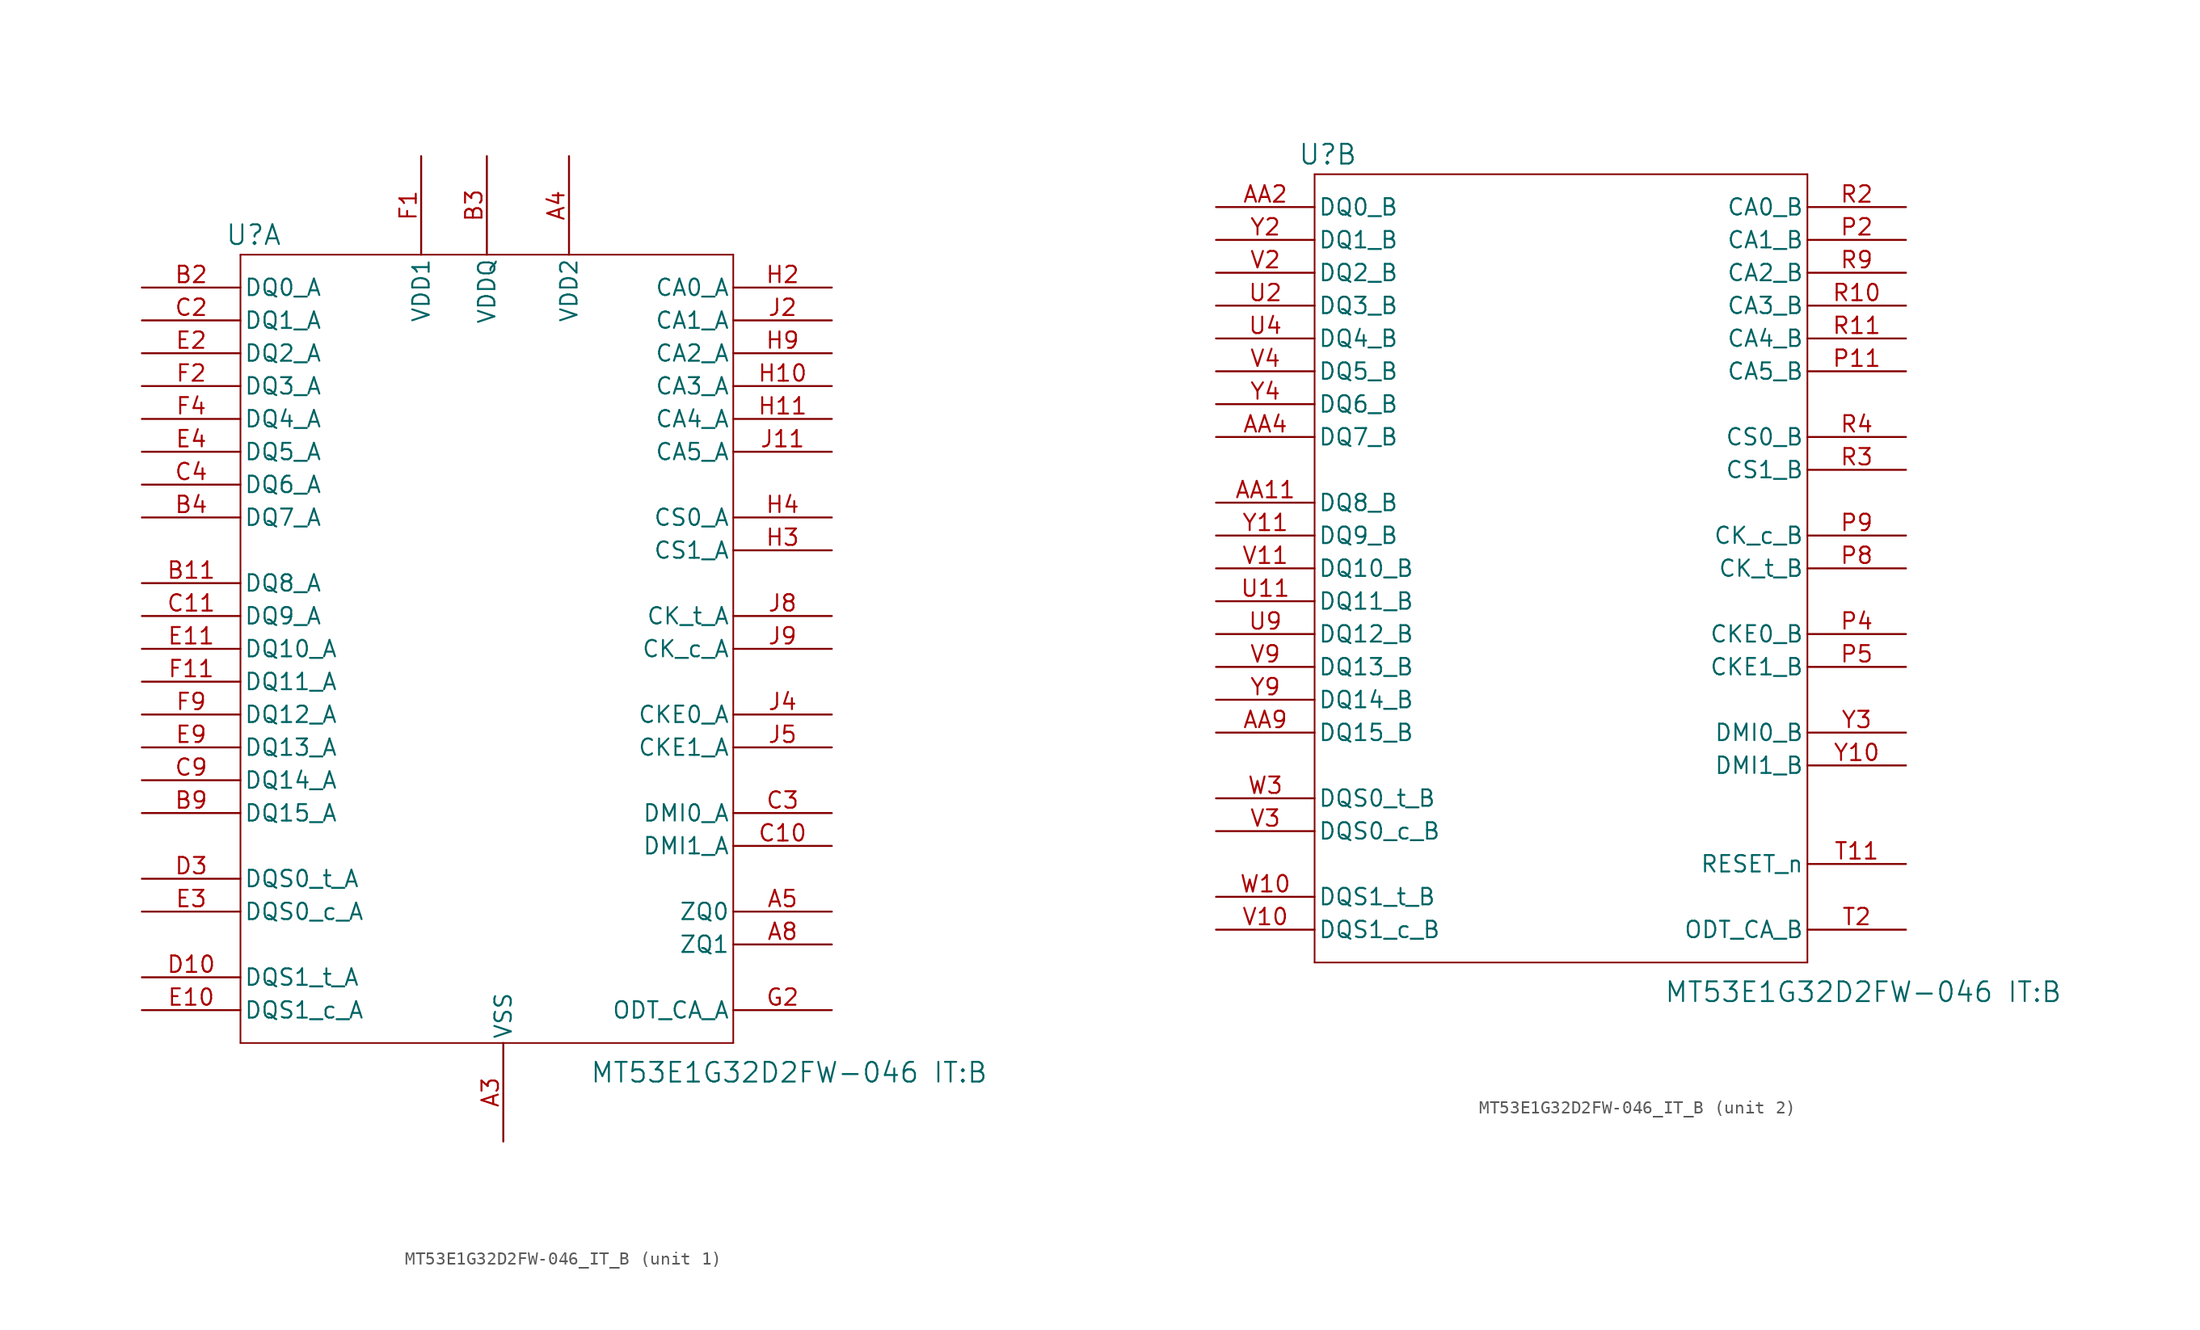
<source format=kicad_sym>
(kicad_symbol_lib
  (version 20241209)
  (generator "kicad_symbol_editor")
  (generator_version "9.0")
  (symbol "MT53E1G32D2FW-046_IT_B"
    (pin_names
      (offset 0.254))
    (property "Reference" "U"
      (at 8.636 9.144 0)
      (effects (font (size 1.524 1.524))))
    (property "Value" "MT53E1G32D2FW-046 IT:B"
      (at 50.038 -55.626 0)
      (effects (font (size 1.524 1.524))))
    (property "ki_locked" ""
      (at 0 0 0)
      (effects (font (size 1.27 1.27))))
    (symbol "MT53E1G32D2FW-046_IT_B_1_1"
      (polyline (pts (xy 7.62 7.62) (xy 7.62 -53.34)) (stroke (width 0.127) (type default)) (fill (type none)))
      (polyline (pts (xy 7.62 -53.34) (xy 45.72 -53.34)) (stroke (width 0.127) (type default)) (fill (type none)))
      (polyline (pts (xy 45.72 7.62) (xy 7.62 7.62)) (stroke (width 0.127) (type default)) (fill (type none)))
      (polyline (pts (xy 45.72 -53.34) (xy 45.72 7.62)) (stroke (width 0.127) (type default)) (fill (type none)))
      (pin bidirectional line (at 0 5.08 0) (length 7.62) (name "DQ0_A" (effects (font (size 1.27 1.27)))) (number "B2" (effects (font (size 1.27 1.27)))))
      (pin bidirectional line (at 0 2.54 0) (length 7.62) (name "DQ1_A" (effects (font (size 1.27 1.27)))) (number "C2" (effects (font (size 1.27 1.27)))))
      (pin bidirectional line (at 0 0 0) (length 7.62) (name "DQ2_A" (effects (font (size 1.27 1.27)))) (number "E2" (effects (font (size 1.27 1.27)))))
      (pin bidirectional line (at 0 -2.54 0) (length 7.62) (name "DQ3_A" (effects (font (size 1.27 1.27)))) (number "F2" (effects (font (size 1.27 1.27)))))
      (pin bidirectional line (at 0 -5.08 0) (length 7.62) (name "DQ4_A" (effects (font (size 1.27 1.27)))) (number "F4" (effects (font (size 1.27 1.27)))))
      (pin bidirectional line (at 0 -7.62 0) (length 7.62) (name "DQ5_A" (effects (font (size 1.27 1.27)))) (number "E4" (effects (font (size 1.27 1.27)))))
      (pin bidirectional line (at 0 -10.16 0) (length 7.62) (name "DQ6_A" (effects (font (size 1.27 1.27)))) (number "C4" (effects (font (size 1.27 1.27)))))
      (pin bidirectional line (at 0 -12.7 0) (length 7.62) (name "DQ7_A" (effects (font (size 1.27 1.27)))) (number "B4" (effects (font (size 1.27 1.27)))))
      (pin bidirectional line (at 0 -17.78 0) (length 7.62) (name "DQ8_A" (effects (font (size 1.27 1.27)))) (number "B11" (effects (font (size 1.27 1.27)))))
      (pin bidirectional line (at 0 -20.32 0) (length 7.62) (name "DQ9_A" (effects (font (size 1.27 1.27)))) (number "C11" (effects (font (size 1.27 1.27)))))
      (pin bidirectional line (at 0 -22.86 0) (length 7.62) (name "DQ10_A" (effects (font (size 1.27 1.27)))) (number "E11" (effects (font (size 1.27 1.27)))))
      (pin bidirectional line (at 0 -25.4 0) (length 7.62) (name "DQ11_A" (effects (font (size 1.27 1.27)))) (number "F11" (effects (font (size 1.27 1.27)))))
      (pin bidirectional line (at 0 -27.94 0) (length 7.62) (name "DQ12_A" (effects (font (size 1.27 1.27)))) (number "F9" (effects (font (size 1.27 1.27)))))
      (pin bidirectional line (at 0 -30.48 0) (length 7.62) (name "DQ13_A" (effects (font (size 1.27 1.27)))) (number "E9" (effects (font (size 1.27 1.27)))))
      (pin bidirectional line (at 0 -33.02 0) (length 7.62) (name "DQ14_A" (effects (font (size 1.27 1.27)))) (number "C9" (effects (font (size 1.27 1.27)))))
      (pin bidirectional line (at 0 -35.56 0) (length 7.62) (name "DQ15_A" (effects (font (size 1.27 1.27)))) (number "B9" (effects (font (size 1.27 1.27)))))
      (pin bidirectional line (at 0 -40.64 0) (length 7.62) (name "DQS0_t_A" (effects (font (size 1.27 1.27)))) (number "D3" (effects (font (size 1.27 1.27)))))
      (pin bidirectional line (at 0 -43.18 0) (length 7.62) (name "DQS0_c_A" (effects (font (size 1.27 1.27)))) (number "E3" (effects (font (size 1.27 1.27)))))
      (pin bidirectional line (at 0 -48.26 0) (length 7.62) (name "DQS1_t_A" (effects (font (size 1.27 1.27)))) (number "D10" (effects (font (size 1.27 1.27)))))
      (pin bidirectional line (at 0 -50.8 0) (length 7.62) (name "DQS1_c_A" (effects (font (size 1.27 1.27)))) (number "E10" (effects (font (size 1.27 1.27)))))
      (pin power_in line (at 21.59 15.24 270) (length 7.62) (name "VDD1" (effects (font (size 1.27 1.27)))) (number "F1" (effects (font (size 1.27 1.27)))))
      (pin power_in line (at 21.59 15.24 270) (length 7.62) (hide yes) (name "VDD1" (effects (font (size 1.27 1.27)))) (number "F12" (effects (font (size 1.27 1.27)))))
      (pin power_in line (at 21.59 15.24 270) (length 7.62) (hide yes) (name "VDD1" (effects (font (size 1.27 1.27)))) (number "G4" (effects (font (size 1.27 1.27)))))
      (pin power_in line (at 21.59 15.24 270) (length 7.62) (hide yes) (name "VDD1" (effects (font (size 1.27 1.27)))) (number "G9" (effects (font (size 1.27 1.27)))))
      (pin power_in line (at 21.59 15.24 270) (length 7.62) (hide yes) (name "VDD1" (effects (font (size 1.27 1.27)))) (number "T4" (effects (font (size 1.27 1.27)))))
      (pin power_in line (at 21.59 15.24 270) (length 7.62) (hide yes) (name "VDD1" (effects (font (size 1.27 1.27)))) (number "T9" (effects (font (size 1.27 1.27)))))
      (pin power_in line (at 21.59 15.24 270) (length 7.62) (hide yes) (name "VDD1" (effects (font (size 1.27 1.27)))) (number "U1" (effects (font (size 1.27 1.27)))))
      (pin power_in line (at 21.59 15.24 270) (length 7.62) (hide yes) (name "VDD1" (effects (font (size 1.27 1.27)))) (number "U12" (effects (font (size 1.27 1.27)))))
      (pin power_in line (at 26.67 15.24 270) (length 7.62) (hide yes) (name "VDDQ" (effects (font (size 1.27 1.27)))) (number "AA10" (effects (font (size 1.27 1.27)))))
      (pin power_in line (at 26.67 15.24 270) (length 7.62) (hide yes) (name "VDDQ" (effects (font (size 1.27 1.27)))) (number "AA3" (effects (font (size 1.27 1.27)))))
      (pin power_in line (at 26.67 15.24 270) (length 7.62) (hide yes) (name "VDDQ" (effects (font (size 1.27 1.27)))) (number "AA5" (effects (font (size 1.27 1.27)))))
      (pin power_in line (at 26.67 15.24 270) (length 7.62) (hide yes) (name "VDDQ" (effects (font (size 1.27 1.27)))) (number "AA8" (effects (font (size 1.27 1.27)))))
      (pin power_in line (at 26.67 15.24 270) (length 7.62) (hide yes) (name "VDDQ" (effects (font (size 1.27 1.27)))) (number "B10" (effects (font (size 1.27 1.27)))))
      (pin power_in line (at 26.67 15.24 270) (length 7.62) (name "VDDQ" (effects (font (size 1.27 1.27)))) (number "B3" (effects (font (size 1.27 1.27)))))
      (pin power_in line (at 26.67 15.24 270) (length 7.62) (hide yes) (name "VDDQ" (effects (font (size 1.27 1.27)))) (number "B5" (effects (font (size 1.27 1.27)))))
      (pin power_in line (at 26.67 15.24 270) (length 7.62) (hide yes) (name "VDDQ" (effects (font (size 1.27 1.27)))) (number "B8" (effects (font (size 1.27 1.27)))))
      (pin power_in line (at 26.67 15.24 270) (length 7.62) (hide yes) (name "VDDQ" (effects (font (size 1.27 1.27)))) (number "D1" (effects (font (size 1.27 1.27)))))
      (pin power_in line (at 26.67 15.24 270) (length 7.62) (hide yes) (name "VDDQ" (effects (font (size 1.27 1.27)))) (number "D12" (effects (font (size 1.27 1.27)))))
      (pin power_in line (at 26.67 15.24 270) (length 7.62) (hide yes) (name "VDDQ" (effects (font (size 1.27 1.27)))) (number "D5" (effects (font (size 1.27 1.27)))))
      (pin power_in line (at 26.67 15.24 270) (length 7.62) (hide yes) (name "VDDQ" (effects (font (size 1.27 1.27)))) (number "D8" (effects (font (size 1.27 1.27)))))
      (pin power_in line (at 26.67 15.24 270) (length 7.62) (hide yes) (name "VDDQ" (effects (font (size 1.27 1.27)))) (number "F10" (effects (font (size 1.27 1.27)))))
      (pin power_in line (at 26.67 15.24 270) (length 7.62) (hide yes) (name "VDDQ" (effects (font (size 1.27 1.27)))) (number "F3" (effects (font (size 1.27 1.27)))))
      (pin power_in line (at 26.67 15.24 270) (length 7.62) (hide yes) (name "VDDQ" (effects (font (size 1.27 1.27)))) (number "U10" (effects (font (size 1.27 1.27)))))
      (pin power_in line (at 26.67 15.24 270) (length 7.62) (hide yes) (name "VDDQ" (effects (font (size 1.27 1.27)))) (number "U3" (effects (font (size 1.27 1.27)))))
      (pin power_in line (at 26.67 15.24 270) (length 7.62) (hide yes) (name "VDDQ" (effects (font (size 1.27 1.27)))) (number "W1" (effects (font (size 1.27 1.27)))))
      (pin power_in line (at 26.67 15.24 270) (length 7.62) (hide yes) (name "VDDQ" (effects (font (size 1.27 1.27)))) (number "W12" (effects (font (size 1.27 1.27)))))
      (pin power_in line (at 26.67 15.24 270) (length 7.62) (hide yes) (name "VDDQ" (effects (font (size 1.27 1.27)))) (number "W5" (effects (font (size 1.27 1.27)))))
      (pin power_in line (at 26.67 15.24 270) (length 7.62) (hide yes) (name "VDDQ" (effects (font (size 1.27 1.27)))) (number "W8" (effects (font (size 1.27 1.27)))))
      (pin power_out line (at 27.94 -60.96 90) (length 7.62) (hide yes) (name "VSS" (effects (font (size 1.27 1.27)))) (number "A10" (effects (font (size 1.27 1.27)))))
      (pin power_out line (at 27.94 -60.96 90) (length 7.62) (name "VSS" (effects (font (size 1.27 1.27)))) (number "A3" (effects (font (size 1.27 1.27)))))
      (pin power_out line (at 27.94 -60.96 90) (length 7.62) (hide yes) (name "VSS" (effects (font (size 1.27 1.27)))) (number "AB10" (effects (font (size 1.27 1.27)))))
      (pin power_out line (at 27.94 -60.96 90) (length 7.62) (hide yes) (name "VSS" (effects (font (size 1.27 1.27)))) (number "AB3" (effects (font (size 1.27 1.27)))))
      (pin power_out line (at 27.94 -60.96 90) (length 7.62) (hide yes) (name "VSS" (effects (font (size 1.27 1.27)))) (number "AB5" (effects (font (size 1.27 1.27)))))
      (pin power_out line (at 27.94 -60.96 90) (length 7.62) (hide yes) (name "VSS" (effects (font (size 1.27 1.27)))) (number "AB8" (effects (font (size 1.27 1.27)))))
      (pin power_out line (at 27.94 -60.96 90) (length 7.62) (hide yes) (name "VSS" (effects (font (size 1.27 1.27)))) (number "C1" (effects (font (size 1.27 1.27)))))
      (pin power_out line (at 27.94 -60.96 90) (length 7.62) (hide yes) (name "VSS" (effects (font (size 1.27 1.27)))) (number "C12" (effects (font (size 1.27 1.27)))))
      (pin power_out line (at 27.94 -60.96 90) (length 7.62) (hide yes) (name "VSS" (effects (font (size 1.27 1.27)))) (number "C5" (effects (font (size 1.27 1.27)))))
      (pin power_out line (at 27.94 -60.96 90) (length 7.62) (hide yes) (name "VSS" (effects (font (size 1.27 1.27)))) (number "C8" (effects (font (size 1.27 1.27)))))
      (pin power_out line (at 27.94 -60.96 90) (length 7.62) (hide yes) (name "VSS" (effects (font (size 1.27 1.27)))) (number "D11" (effects (font (size 1.27 1.27)))))
      (pin power_out line (at 27.94 -60.96 90) (length 7.62) (hide yes) (name "VSS" (effects (font (size 1.27 1.27)))) (number "D2" (effects (font (size 1.27 1.27)))))
      (pin power_out line (at 27.94 -60.96 90) (length 7.62) (hide yes) (name "VSS" (effects (font (size 1.27 1.27)))) (number "D4" (effects (font (size 1.27 1.27)))))
      (pin power_out line (at 27.94 -60.96 90) (length 7.62) (hide yes) (name "VSS" (effects (font (size 1.27 1.27)))) (number "D9" (effects (font (size 1.27 1.27)))))
      (pin power_out line (at 27.94 -60.96 90) (length 7.62) (hide yes) (name "VSS" (effects (font (size 1.27 1.27)))) (number "E1" (effects (font (size 1.27 1.27)))))
      (pin power_out line (at 27.94 -60.96 90) (length 7.62) (hide yes) (name "VSS" (effects (font (size 1.27 1.27)))) (number "E12" (effects (font (size 1.27 1.27)))))
      (pin power_out line (at 27.94 -60.96 90) (length 7.62) (hide yes) (name "VSS" (effects (font (size 1.27 1.27)))) (number "E5" (effects (font (size 1.27 1.27)))))
      (pin power_out line (at 27.94 -60.96 90) (length 7.62) (hide yes) (name "VSS" (effects (font (size 1.27 1.27)))) (number "E8" (effects (font (size 1.27 1.27)))))
      (pin power_out line (at 27.94 -60.96 90) (length 7.62) (hide yes) (name "VSS" (effects (font (size 1.27 1.27)))) (number "G1" (effects (font (size 1.27 1.27)))))
      (pin power_out line (at 27.94 -60.96 90) (length 7.62) (hide yes) (name "VSS" (effects (font (size 1.27 1.27)))) (number "G10" (effects (font (size 1.27 1.27)))))
      (pin power_out line (at 27.94 -60.96 90) (length 7.62) (hide yes) (name "VSS" (effects (font (size 1.27 1.27)))) (number "G12" (effects (font (size 1.27 1.27)))))
      (pin power_out line (at 27.94 -60.96 90) (length 7.62) (hide yes) (name "VSS" (effects (font (size 1.27 1.27)))) (number "G3" (effects (font (size 1.27 1.27)))))
      (pin power_out line (at 27.94 -60.96 90) (length 7.62) (hide yes) (name "VSS" (effects (font (size 1.27 1.27)))) (number "G5" (effects (font (size 1.27 1.27)))))
      (pin power_out line (at 27.94 -60.96 90) (length 7.62) (hide yes) (name "VSS" (effects (font (size 1.27 1.27)))) (number "G8" (effects (font (size 1.27 1.27)))))
      (pin power_out line (at 27.94 -60.96 90) (length 7.62) (hide yes) (name "VSS" (effects (font (size 1.27 1.27)))) (number "J1" (effects (font (size 1.27 1.27)))))
      (pin power_out line (at 27.94 -60.96 90) (length 7.62) (hide yes) (name "VSS" (effects (font (size 1.27 1.27)))) (number "J10" (effects (font (size 1.27 1.27)))))
      (pin power_out line (at 27.94 -60.96 90) (length 7.62) (hide yes) (name "VSS" (effects (font (size 1.27 1.27)))) (number "J12" (effects (font (size 1.27 1.27)))))
      (pin power_out line (at 27.94 -60.96 90) (length 7.62) (hide yes) (name "VSS" (effects (font (size 1.27 1.27)))) (number "J3" (effects (font (size 1.27 1.27)))))
      (pin power_out line (at 27.94 -60.96 90) (length 7.62) (hide yes) (name "VSS" (effects (font (size 1.27 1.27)))) (number "K11" (effects (font (size 1.27 1.27)))))
      (pin power_out line (at 27.94 -60.96 90) (length 7.62) (hide yes) (name "VSS" (effects (font (size 1.27 1.27)))) (number "K2" (effects (font (size 1.27 1.27)))))
      (pin power_out line (at 27.94 -60.96 90) (length 7.62) (hide yes) (name "VSS" (effects (font (size 1.27 1.27)))) (number "K4" (effects (font (size 1.27 1.27)))))
      (pin power_out line (at 27.94 -60.96 90) (length 7.62) (hide yes) (name "VSS" (effects (font (size 1.27 1.27)))) (number "K9" (effects (font (size 1.27 1.27)))))
      (pin power_out line (at 27.94 -60.96 90) (length 7.62) (hide yes) (name "VSS" (effects (font (size 1.27 1.27)))) (number "N11" (effects (font (size 1.27 1.27)))))
      (pin power_out line (at 27.94 -60.96 90) (length 7.62) (hide yes) (name "VSS" (effects (font (size 1.27 1.27)))) (number "N2" (effects (font (size 1.27 1.27)))))
      (pin power_out line (at 27.94 -60.96 90) (length 7.62) (hide yes) (name "VSS" (effects (font (size 1.27 1.27)))) (number "N4" (effects (font (size 1.27 1.27)))))
      (pin power_out line (at 27.94 -60.96 90) (length 7.62) (hide yes) (name "VSS" (effects (font (size 1.27 1.27)))) (number "N9" (effects (font (size 1.27 1.27)))))
      (pin power_out line (at 27.94 -60.96 90) (length 7.62) (hide yes) (name "VSS" (effects (font (size 1.27 1.27)))) (number "P1" (effects (font (size 1.27 1.27)))))
      (pin power_out line (at 27.94 -60.96 90) (length 7.62) (hide yes) (name "VSS" (effects (font (size 1.27 1.27)))) (number "P10" (effects (font (size 1.27 1.27)))))
      (pin power_out line (at 27.94 -60.96 90) (length 7.62) (hide yes) (name "VSS" (effects (font (size 1.27 1.27)))) (number "P12" (effects (font (size 1.27 1.27)))))
      (pin power_out line (at 27.94 -60.96 90) (length 7.62) (hide yes) (name "VSS" (effects (font (size 1.27 1.27)))) (number "P3" (effects (font (size 1.27 1.27)))))
      (pin power_out line (at 27.94 -60.96 90) (length 7.62) (hide yes) (name "VSS" (effects (font (size 1.27 1.27)))) (number "T1" (effects (font (size 1.27 1.27)))))
      (pin power_out line (at 27.94 -60.96 90) (length 7.62) (hide yes) (name "VSS" (effects (font (size 1.27 1.27)))) (number "T10" (effects (font (size 1.27 1.27)))))
      (pin power_out line (at 27.94 -60.96 90) (length 7.62) (hide yes) (name "VSS" (effects (font (size 1.27 1.27)))) (number "T12" (effects (font (size 1.27 1.27)))))
      (pin power_out line (at 27.94 -60.96 90) (length 7.62) (hide yes) (name "VSS" (effects (font (size 1.27 1.27)))) (number "T3" (effects (font (size 1.27 1.27)))))
      (pin power_out line (at 27.94 -60.96 90) (length 7.62) (hide yes) (name "VSS" (effects (font (size 1.27 1.27)))) (number "T5" (effects (font (size 1.27 1.27)))))
      (pin power_out line (at 27.94 -60.96 90) (length 7.62) (hide yes) (name "VSS" (effects (font (size 1.27 1.27)))) (number "T8" (effects (font (size 1.27 1.27)))))
      (pin power_out line (at 27.94 -60.96 90) (length 7.62) (hide yes) (name "VSS" (effects (font (size 1.27 1.27)))) (number "V1" (effects (font (size 1.27 1.27)))))
      (pin power_out line (at 27.94 -60.96 90) (length 7.62) (hide yes) (name "VSS" (effects (font (size 1.27 1.27)))) (number "V12" (effects (font (size 1.27 1.27)))))
      (pin power_out line (at 27.94 -60.96 90) (length 7.62) (hide yes) (name "VSS" (effects (font (size 1.27 1.27)))) (number "V5" (effects (font (size 1.27 1.27)))))
      (pin power_out line (at 27.94 -60.96 90) (length 7.62) (hide yes) (name "VSS" (effects (font (size 1.27 1.27)))) (number "V8" (effects (font (size 1.27 1.27)))))
      (pin power_out line (at 27.94 -60.96 90) (length 7.62) (hide yes) (name "VSS" (effects (font (size 1.27 1.27)))) (number "W11" (effects (font (size 1.27 1.27)))))
      (pin power_out line (at 27.94 -60.96 90) (length 7.62) (hide yes) (name "VSS" (effects (font (size 1.27 1.27)))) (number "W2" (effects (font (size 1.27 1.27)))))
      (pin power_out line (at 27.94 -60.96 90) (length 7.62) (hide yes) (name "VSS" (effects (font (size 1.27 1.27)))) (number "W4" (effects (font (size 1.27 1.27)))))
      (pin power_out line (at 27.94 -60.96 90) (length 7.62) (hide yes) (name "VSS" (effects (font (size 1.27 1.27)))) (number "W9" (effects (font (size 1.27 1.27)))))
      (pin power_out line (at 27.94 -60.96 90) (length 7.62) (hide yes) (name "VSS" (effects (font (size 1.27 1.27)))) (number "Y1" (effects (font (size 1.27 1.27)))))
      (pin power_out line (at 27.94 -60.96 90) (length 7.62) (hide yes) (name "VSS" (effects (font (size 1.27 1.27)))) (number "Y12" (effects (font (size 1.27 1.27)))))
      (pin power_out line (at 27.94 -60.96 90) (length 7.62) (hide yes) (name "VSS" (effects (font (size 1.27 1.27)))) (number "Y5" (effects (font (size 1.27 1.27)))))
      (pin power_out line (at 27.94 -60.96 90) (length 7.62) (hide yes) (name "VSS" (effects (font (size 1.27 1.27)))) (number "Y8" (effects (font (size 1.27 1.27)))))
      (pin no_connect line (at 30.48 -60.96 90) (length 7.62) (hide yes) (name "NC" (effects (font (size 1.27 1.27)))) (number "G11" (effects (font (size 1.27 1.27)))))
      (pin no_connect line (at 30.48 -60.96 90) (length 7.62) (hide yes) (name "NC" (effects (font (size 1.27 1.27)))) (number "K5" (effects (font (size 1.27 1.27)))))
      (pin no_connect line (at 30.48 -60.96 90) (length 7.62) (hide yes) (name "NC" (effects (font (size 1.27 1.27)))) (number "K8" (effects (font (size 1.27 1.27)))))
      (pin no_connect line (at 30.48 -60.96 90) (length 7.62) (hide yes) (name "NC" (effects (font (size 1.27 1.27)))) (number "N5" (effects (font (size 1.27 1.27)))))
      (pin no_connect line (at 30.48 -60.96 90) (length 7.62) (hide yes) (name "NC" (effects (font (size 1.27 1.27)))) (number "N8" (effects (font (size 1.27 1.27)))))
      (pin power_in line (at 33.02 15.24 270) (length 7.62) (name "VDD2" (effects (font (size 1.27 1.27)))) (number "A4" (effects (font (size 1.27 1.27)))))
      (pin power_in line (at 33.02 15.24 270) (length 7.62) (hide yes) (name "VDD2" (effects (font (size 1.27 1.27)))) (number "A9" (effects (font (size 1.27 1.27)))))
      (pin power_in line (at 33.02 15.24 270) (length 7.62) (hide yes) (name "VDD2" (effects (font (size 1.27 1.27)))) (number "AB4" (effects (font (size 1.27 1.27)))))
      (pin power_in line (at 33.02 15.24 270) (length 7.62) (hide yes) (name "VDD2" (effects (font (size 1.27 1.27)))) (number "AB9" (effects (font (size 1.27 1.27)))))
      (pin power_in line (at 33.02 15.24 270) (length 7.62) (hide yes) (name "VDD2" (effects (font (size 1.27 1.27)))) (number "F5" (effects (font (size 1.27 1.27)))))
      (pin power_in line (at 33.02 15.24 270) (length 7.62) (hide yes) (name "VDD2" (effects (font (size 1.27 1.27)))) (number "F8" (effects (font (size 1.27 1.27)))))
      (pin power_in line (at 33.02 15.24 270) (length 7.62) (hide yes) (name "VDD2" (effects (font (size 1.27 1.27)))) (number "H1" (effects (font (size 1.27 1.27)))))
      (pin power_in line (at 33.02 15.24 270) (length 7.62) (hide yes) (name "VDD2" (effects (font (size 1.27 1.27)))) (number "H12" (effects (font (size 1.27 1.27)))))
      (pin power_in line (at 33.02 15.24 270) (length 7.62) (hide yes) (name "VDD2" (effects (font (size 1.27 1.27)))) (number "H5" (effects (font (size 1.27 1.27)))))
      (pin power_in line (at 33.02 15.24 270) (length 7.62) (hide yes) (name "VDD2" (effects (font (size 1.27 1.27)))) (number "H8" (effects (font (size 1.27 1.27)))))
      (pin power_in line (at 33.02 15.24 270) (length 7.62) (hide yes) (name "VDD2" (effects (font (size 1.27 1.27)))) (number "K1" (effects (font (size 1.27 1.27)))))
      (pin power_in line (at 33.02 15.24 270) (length 7.62) (hide yes) (name "VDD2" (effects (font (size 1.27 1.27)))) (number "K10" (effects (font (size 1.27 1.27)))))
      (pin power_in line (at 33.02 15.24 270) (length 7.62) (hide yes) (name "VDD2" (effects (font (size 1.27 1.27)))) (number "K12" (effects (font (size 1.27 1.27)))))
      (pin power_in line (at 33.02 15.24 270) (length 7.62) (hide yes) (name "VDD2" (effects (font (size 1.27 1.27)))) (number "K3" (effects (font (size 1.27 1.27)))))
      (pin power_in line (at 33.02 15.24 270) (length 7.62) (hide yes) (name "VDD2" (effects (font (size 1.27 1.27)))) (number "N1" (effects (font (size 1.27 1.27)))))
      (pin power_in line (at 33.02 15.24 270) (length 7.62) (hide yes) (name "VDD2" (effects (font (size 1.27 1.27)))) (number "N10" (effects (font (size 1.27 1.27)))))
      (pin power_in line (at 33.02 15.24 270) (length 7.62) (hide yes) (name "VDD2" (effects (font (size 1.27 1.27)))) (number "N12" (effects (font (size 1.27 1.27)))))
      (pin power_in line (at 33.02 15.24 270) (length 7.62) (hide yes) (name "VDD2" (effects (font (size 1.27 1.27)))) (number "N3" (effects (font (size 1.27 1.27)))))
      (pin power_in line (at 33.02 15.24 270) (length 7.62) (hide yes) (name "VDD2" (effects (font (size 1.27 1.27)))) (number "R1" (effects (font (size 1.27 1.27)))))
      (pin power_in line (at 33.02 15.24 270) (length 7.62) (hide yes) (name "VDD2" (effects (font (size 1.27 1.27)))) (number "R12" (effects (font (size 1.27 1.27)))))
      (pin power_in line (at 33.02 15.24 270) (length 7.62) (hide yes) (name "VDD2" (effects (font (size 1.27 1.27)))) (number "R5" (effects (font (size 1.27 1.27)))))
      (pin power_in line (at 33.02 15.24 270) (length 7.62) (hide yes) (name "VDD2" (effects (font (size 1.27 1.27)))) (number "R8" (effects (font (size 1.27 1.27)))))
      (pin power_in line (at 33.02 15.24 270) (length 7.62) (hide yes) (name "VDD2" (effects (font (size 1.27 1.27)))) (number "U5" (effects (font (size 1.27 1.27)))))
      (pin power_in line (at 33.02 15.24 270) (length 7.62) (hide yes) (name "VDD2" (effects (font (size 1.27 1.27)))) (number "U8" (effects (font (size 1.27 1.27)))))
      (pin no_connect line (at 33.02 -60.96 90) (length 7.62) (hide yes) (name "DNU" (effects (font (size 1.27 1.27)))) (number "A1" (effects (font (size 1.27 1.27)))))
      (pin no_connect line (at 33.02 -60.96 90) (length 7.62) (hide yes) (name "DNU" (effects (font (size 1.27 1.27)))) (number "A11" (effects (font (size 1.27 1.27)))))
      (pin no_connect line (at 33.02 -60.96 90) (length 7.62) (hide yes) (name "DNU" (effects (font (size 1.27 1.27)))) (number "A12" (effects (font (size 1.27 1.27)))))
      (pin no_connect line (at 33.02 -60.96 90) (length 7.62) (hide yes) (name "DNU" (effects (font (size 1.27 1.27)))) (number "A2" (effects (font (size 1.27 1.27)))))
      (pin no_connect line (at 33.02 -60.96 90) (length 7.62) (hide yes) (name "DNU" (effects (font (size 1.27 1.27)))) (number "AA1" (effects (font (size 1.27 1.27)))))
      (pin no_connect line (at 33.02 -60.96 90) (length 7.62) (hide yes) (name "DNU" (effects (font (size 1.27 1.27)))) (number "AA12" (effects (font (size 1.27 1.27)))))
      (pin no_connect line (at 33.02 -60.96 90) (length 7.62) (hide yes) (name "DNU" (effects (font (size 1.27 1.27)))) (number "AB1" (effects (font (size 1.27 1.27)))))
      (pin no_connect line (at 33.02 -60.96 90) (length 7.62) (hide yes) (name "DNU" (effects (font (size 1.27 1.27)))) (number "AB11" (effects (font (size 1.27 1.27)))))
      (pin no_connect line (at 33.02 -60.96 90) (length 7.62) (hide yes) (name "DNU" (effects (font (size 1.27 1.27)))) (number "AB12" (effects (font (size 1.27 1.27)))))
      (pin no_connect line (at 33.02 -60.96 90) (length 7.62) (hide yes) (name "DNU" (effects (font (size 1.27 1.27)))) (number "AB2" (effects (font (size 1.27 1.27)))))
      (pin no_connect line (at 33.02 -60.96 90) (length 7.62) (hide yes) (name "DNU" (effects (font (size 1.27 1.27)))) (number "B1" (effects (font (size 1.27 1.27)))))
      (pin no_connect line (at 33.02 -60.96 90) (length 7.62) (hide yes) (name "DNU" (effects (font (size 1.27 1.27)))) (number "B12" (effects (font (size 1.27 1.27)))))
      (pin input line (at 53.34 5.08 180) (length 7.62) (name "CA0_A" (effects (font (size 1.27 1.27)))) (number "H2" (effects (font (size 1.27 1.27)))))
      (pin input line (at 53.34 2.54 180) (length 7.62) (name "CA1_A" (effects (font (size 1.27 1.27)))) (number "J2" (effects (font (size 1.27 1.27)))))
      (pin input line (at 53.34 0 180) (length 7.62) (name "CA2_A" (effects (font (size 1.27 1.27)))) (number "H9" (effects (font (size 1.27 1.27)))))
      (pin input line (at 53.34 -2.54 180) (length 7.62) (name "CA3_A" (effects (font (size 1.27 1.27)))) (number "H10" (effects (font (size 1.27 1.27)))))
      (pin input line (at 53.34 -5.08 180) (length 7.62) (name "CA4_A" (effects (font (size 1.27 1.27)))) (number "H11" (effects (font (size 1.27 1.27)))))
      (pin input line (at 53.34 -7.62 180) (length 7.62) (name "CA5_A" (effects (font (size 1.27 1.27)))) (number "J11" (effects (font (size 1.27 1.27)))))
      (pin input line (at 53.34 -12.7 180) (length 7.62) (name "CS0_A" (effects (font (size 1.27 1.27)))) (number "H4" (effects (font (size 1.27 1.27)))))
      (pin input line (at 53.34 -15.24 180) (length 7.62) (name "CS1_A" (effects (font (size 1.27 1.27)))) (number "H3" (effects (font (size 1.27 1.27)))))
      (pin input line (at 53.34 -20.32 180) (length 7.62) (name "CK_t_A" (effects (font (size 1.27 1.27)))) (number "J8" (effects (font (size 1.27 1.27)))))
      (pin input line (at 53.34 -22.86 180) (length 7.62) (name "CK_c_A" (effects (font (size 1.27 1.27)))) (number "J9" (effects (font (size 1.27 1.27)))))
      (pin input line (at 53.34 -27.94 180) (length 7.62) (name "CKE0_A" (effects (font (size 1.27 1.27)))) (number "J4" (effects (font (size 1.27 1.27)))))
      (pin input line (at 53.34 -30.48 180) (length 7.62) (name "CKE1_A" (effects (font (size 1.27 1.27)))) (number "J5" (effects (font (size 1.27 1.27)))))
      (pin bidirectional line (at 53.34 -35.56 180) (length 7.62) (name "DMI0_A" (effects (font (size 1.27 1.27)))) (number "C3" (effects (font (size 1.27 1.27)))))
      (pin bidirectional line (at 53.34 -38.1 180) (length 7.62) (name "DMI1_A" (effects (font (size 1.27 1.27)))) (number "C10" (effects (font (size 1.27 1.27)))))
      (pin bidirectional line (at 53.34 -43.18 180) (length 7.62) (name "ZQ0" (effects (font (size 1.27 1.27)))) (number "A5" (effects (font (size 1.27 1.27)))))
      (pin power_in line (at 53.34 -45.72 180) (length 7.62) (name "ZQ1" (effects (font (size 1.27 1.27)))) (number "A8" (effects (font (size 1.27 1.27)))))
      (pin input line (at 53.34 -50.8 180) (length 7.62) (name "ODT_CA_A" (effects (font (size 1.27 1.27)))) (number "G2" (effects (font (size 1.27 1.27))))))
    (symbol "MT53E1G32D2FW-046_IT_B_2_1"
      (polyline (pts (xy 7.62 7.62) (xy 7.62 -53.34)) (stroke (width 0.127) (type default)) (fill (type none)))
      (polyline (pts (xy 7.62 -53.34) (xy 45.72 -53.34)) (stroke (width 0.127) (type default)) (fill (type none)))
      (polyline (pts (xy 45.72 7.62) (xy 7.62 7.62)) (stroke (width 0.127) (type default)) (fill (type none)))
      (polyline (pts (xy 45.72 -53.34) (xy 45.72 7.62)) (stroke (width 0.127) (type default)) (fill (type none)))
      (pin bidirectional line (at 0 5.08 0) (length 7.62) (name "DQ0_B" (effects (font (size 1.27 1.27)))) (number "AA2" (effects (font (size 1.27 1.27)))))
      (pin bidirectional line (at 0 2.54 0) (length 7.62) (name "DQ1_B" (effects (font (size 1.27 1.27)))) (number "Y2" (effects (font (size 1.27 1.27)))))
      (pin bidirectional line (at 0 0 0) (length 7.62) (name "DQ2_B" (effects (font (size 1.27 1.27)))) (number "V2" (effects (font (size 1.27 1.27)))))
      (pin bidirectional line (at 0 -2.54 0) (length 7.62) (name "DQ3_B" (effects (font (size 1.27 1.27)))) (number "U2" (effects (font (size 1.27 1.27)))))
      (pin bidirectional line (at 0 -5.08 0) (length 7.62) (name "DQ4_B" (effects (font (size 1.27 1.27)))) (number "U4" (effects (font (size 1.27 1.27)))))
      (pin bidirectional line (at 0 -7.62 0) (length 7.62) (name "DQ5_B" (effects (font (size 1.27 1.27)))) (number "V4" (effects (font (size 1.27 1.27)))))
      (pin bidirectional line (at 0 -10.16 0) (length 7.62) (name "DQ6_B" (effects (font (size 1.27 1.27)))) (number "Y4" (effects (font (size 1.27 1.27)))))
      (pin bidirectional line (at 0 -12.7 0) (length 7.62) (name "DQ7_B" (effects (font (size 1.27 1.27)))) (number "AA4" (effects (font (size 1.27 1.27)))))
      (pin bidirectional line (at 0 -17.78 0) (length 7.62) (name "DQ8_B" (effects (font (size 1.27 1.27)))) (number "AA11" (effects (font (size 1.27 1.27)))))
      (pin bidirectional line (at 0 -20.32 0) (length 7.62) (name "DQ9_B" (effects (font (size 1.27 1.27)))) (number "Y11" (effects (font (size 1.27 1.27)))))
      (pin bidirectional line (at 0 -22.86 0) (length 7.62) (name "DQ10_B" (effects (font (size 1.27 1.27)))) (number "V11" (effects (font (size 1.27 1.27)))))
      (pin bidirectional line (at 0 -25.4 0) (length 7.62) (name "DQ11_B" (effects (font (size 1.27 1.27)))) (number "U11" (effects (font (size 1.27 1.27)))))
      (pin bidirectional line (at 0 -27.94 0) (length 7.62) (name "DQ12_B" (effects (font (size 1.27 1.27)))) (number "U9" (effects (font (size 1.27 1.27)))))
      (pin bidirectional line (at 0 -30.48 0) (length 7.62) (name "DQ13_B" (effects (font (size 1.27 1.27)))) (number "V9" (effects (font (size 1.27 1.27)))))
      (pin bidirectional line (at 0 -33.02 0) (length 7.62) (name "DQ14_B" (effects (font (size 1.27 1.27)))) (number "Y9" (effects (font (size 1.27 1.27)))))
      (pin bidirectional line (at 0 -35.56 0) (length 7.62) (name "DQ15_B" (effects (font (size 1.27 1.27)))) (number "AA9" (effects (font (size 1.27 1.27)))))
      (pin bidirectional line (at 0 -40.64 0) (length 7.62) (name "DQS0_t_B" (effects (font (size 1.27 1.27)))) (number "W3" (effects (font (size 1.27 1.27)))))
      (pin bidirectional line (at 0 -43.18 0) (length 7.62) (name "DQS0_c_B" (effects (font (size 1.27 1.27)))) (number "V3" (effects (font (size 1.27 1.27)))))
      (pin bidirectional line (at 0 -48.26 0) (length 7.62) (name "DQS1_t_B" (effects (font (size 1.27 1.27)))) (number "W10" (effects (font (size 1.27 1.27)))))
      (pin bidirectional line (at 0 -50.8 0) (length 7.62) (name "DQS1_c_B" (effects (font (size 1.27 1.27)))) (number "V10" (effects (font (size 1.27 1.27)))))
      (pin input line (at 53.34 5.08 180) (length 7.62) (name "CA0_B" (effects (font (size 1.27 1.27)))) (number "R2" (effects (font (size 1.27 1.27)))))
      (pin input line (at 53.34 2.54 180) (length 7.62) (name "CA1_B" (effects (font (size 1.27 1.27)))) (number "P2" (effects (font (size 1.27 1.27)))))
      (pin input line (at 53.34 0 180) (length 7.62) (name "CA2_B" (effects (font (size 1.27 1.27)))) (number "R9" (effects (font (size 1.27 1.27)))))
      (pin input line (at 53.34 -2.54 180) (length 7.62) (name "CA3_B" (effects (font (size 1.27 1.27)))) (number "R10" (effects (font (size 1.27 1.27)))))
      (pin input line (at 53.34 -5.08 180) (length 7.62) (name "CA4_B" (effects (font (size 1.27 1.27)))) (number "R11" (effects (font (size 1.27 1.27)))))
      (pin input line (at 53.34 -7.62 180) (length 7.62) (name "CA5_B" (effects (font (size 1.27 1.27)))) (number "P11" (effects (font (size 1.27 1.27)))))
      (pin input line (at 53.34 -12.7 180) (length 7.62) (name "CS0_B" (effects (font (size 1.27 1.27)))) (number "R4" (effects (font (size 1.27 1.27)))))
      (pin input line (at 53.34 -15.24 180) (length 7.62) (name "CS1_B" (effects (font (size 1.27 1.27)))) (number "R3" (effects (font (size 1.27 1.27)))))
      (pin input line (at 53.34 -20.32 180) (length 7.62) (name "CK_c_B" (effects (font (size 1.27 1.27)))) (number "P9" (effects (font (size 1.27 1.27)))))
      (pin input line (at 53.34 -22.86 180) (length 7.62) (name "CK_t_B" (effects (font (size 1.27 1.27)))) (number "P8" (effects (font (size 1.27 1.27)))))
      (pin input line (at 53.34 -27.94 180) (length 7.62) (name "CKE0_B" (effects (font (size 1.27 1.27)))) (number "P4" (effects (font (size 1.27 1.27)))))
      (pin input line (at 53.34 -30.48 180) (length 7.62) (name "CKE1_B" (effects (font (size 1.27 1.27)))) (number "P5" (effects (font (size 1.27 1.27)))))
      (pin bidirectional line (at 53.34 -35.56 180) (length 7.62) (name "DMI0_B" (effects (font (size 1.27 1.27)))) (number "Y3" (effects (font (size 1.27 1.27)))))
      (pin bidirectional line (at 53.34 -38.1 180) (length 7.62) (name "DMI1_B" (effects (font (size 1.27 1.27)))) (number "Y10" (effects (font (size 1.27 1.27)))))
      (pin input line (at 53.34 -45.72 180) (length 7.62) (name "RESET_n" (effects (font (size 1.27 1.27)))) (number "T11" (effects (font (size 1.27 1.27)))))
      (pin input line (at 53.34 -50.8 180) (length 7.62) (name "ODT_CA_B" (effects (font (size 1.27 1.27)))) (number "T2" (effects (font (size 1.27 1.27))))))))
</source>
